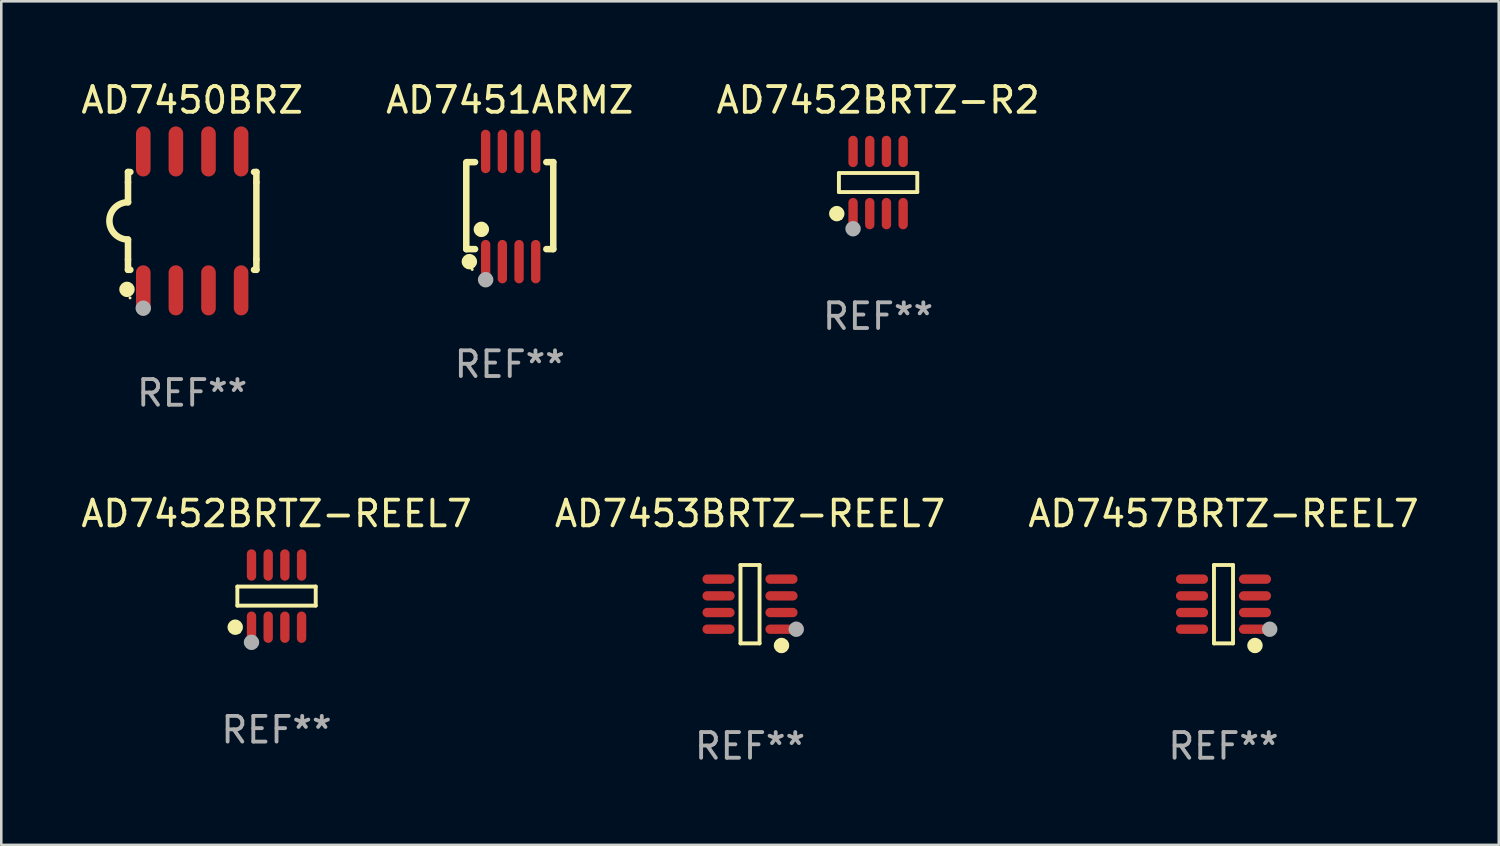
<source format=kicad_pcb>
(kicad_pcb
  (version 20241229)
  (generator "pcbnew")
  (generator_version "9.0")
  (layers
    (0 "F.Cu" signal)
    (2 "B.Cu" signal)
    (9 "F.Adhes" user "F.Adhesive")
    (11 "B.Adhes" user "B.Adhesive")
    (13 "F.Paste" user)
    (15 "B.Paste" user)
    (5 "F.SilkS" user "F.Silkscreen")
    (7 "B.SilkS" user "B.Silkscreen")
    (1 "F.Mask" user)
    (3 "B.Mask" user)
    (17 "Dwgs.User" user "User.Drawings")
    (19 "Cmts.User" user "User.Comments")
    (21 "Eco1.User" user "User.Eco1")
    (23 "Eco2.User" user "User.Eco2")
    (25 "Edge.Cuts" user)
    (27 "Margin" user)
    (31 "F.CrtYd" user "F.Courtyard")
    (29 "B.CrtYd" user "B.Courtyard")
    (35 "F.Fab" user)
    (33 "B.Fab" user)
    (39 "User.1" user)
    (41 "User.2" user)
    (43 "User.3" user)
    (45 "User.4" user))
  (footprint "AD7457BRTZ-REEL7"
    (layer "F.Cu")
    (at 44.601 20.481)
    (property "Reference" "AD7457BRTZ-REEL7" (at 0 -3.526 0) (layer "F.SilkS") (effects (font (size 1 1) (thickness 0.15))))
    (attr through_hole)
    (fp_line (start -0.371 -1.526) (end 0.371 -1.526) (stroke (width 0.152) (type solid)) (layer "F.SilkS"))
    (fp_line (start -0.371 1.526) (end -0.371 -1.526) (stroke (width 0.152) (type solid)) (layer "F.SilkS"))
    (fp_line (start 0.371 -1.526) (end 0.371 1.526) (stroke (width 0.152) (type solid)) (layer "F.SilkS"))
    (fp_line (start 0.371 1.526) (end -0.371 1.526) (stroke (width 0.152) (type solid)) (layer "F.SilkS"))
    (fp_circle (center 1.226 1.609) (end 1.376 1.609) (stroke (width 0.3) (type solid)) (fill no) (layer "F.SilkS"))
    (fp_circle (center 1.4 1.45) (end 1.43 1.45) (stroke (width 0.06) (type solid)) (fill no) (layer "F.SilkS"))
    (fp_circle (center 1.8 0.975) (end 1.95 0.975) (stroke (width 0.3) (type solid)) (fill no) (layer "F.Fab"))
    (fp_text user "REF**" (at 0 5.526 0) (layer "F.Fab") (effects (font (size 1 1) (thickness 0.15))))
    (pad "1" smd oval (at 1.226 0.975) (size 1.252 0.364) (layers "F.Cu" "F.Mask" "F.Paste"))
    (pad "2" smd oval (at 1.226 0.325) (size 1.252 0.364) (layers "F.Cu" "F.Mask" "F.Paste"))
    (pad "3" smd oval (at 1.226 -0.325) (size 1.252 0.364) (layers "F.Cu" "F.Mask" "F.Paste"))
    (pad "4" smd oval (at 1.226 -0.975) (size 1.252 0.364) (layers "F.Cu" "F.Mask" "F.Paste"))
    (pad "5" smd oval (at -1.226 -0.975) (size 1.252 0.364) (layers "F.Cu" "F.Mask" "F.Paste"))
    (pad "6" smd oval (at -1.226 -0.325) (size 1.252 0.364) (layers "F.Cu" "F.Mask" "F.Paste"))
    (pad "7" smd oval (at -1.226 0.325) (size 1.252 0.364) (layers "F.Cu" "F.Mask" "F.Paste"))
    (pad "8" smd oval (at -1.226 0.975) (size 1.252 0.364) (layers "F.Cu" "F.Mask" "F.Paste")))
  (footprint "AD7452BRTZ-REEL7"
    (layer "F.Cu")
    (at 7.72 20.166)
    (property "Reference" "AD7452BRTZ-REEL7" (at 0 -3.211 0) (layer "F.SilkS") (effects (font (size 1 1) (thickness 0.15))))
    (attr through_hole)
    (fp_line (start -1.526 -0.371) (end 1.526 -0.371) (stroke (width 0.152) (type solid)) (layer "F.SilkS"))
    (fp_line (start -1.526 0.371) (end -1.526 -0.371) (stroke (width 0.152) (type solid)) (layer "F.SilkS"))
    (fp_line (start 1.526 -0.371) (end 1.526 0.371) (stroke (width 0.152) (type solid)) (layer "F.SilkS"))
    (fp_line (start 1.526 0.371) (end -1.526 0.371) (stroke (width 0.152) (type solid)) (layer "F.SilkS"))
    (fp_circle (center -1.609 1.211) (end -1.459 1.211) (stroke (width 0.3) (type solid)) (fill no) (layer "F.SilkS"))
    (fp_circle (center -1.45 1.4) (end -1.42 1.4) (stroke (width 0.06) (type solid)) (fill no) (layer "F.SilkS"))
    (fp_circle (center -0.975 1.8) (end -0.825 1.8) (stroke (width 0.3) (type solid)) (fill no) (layer "F.Fab"))
    (fp_text user "REF**" (at 0 5.211 0) (layer "F.Fab") (effects (font (size 1 1) (thickness 0.15))))
    (pad "1" smd oval (at -0.975 1.211) (size 0.364 1.222) (layers "F.Cu" "F.Mask" "F.Paste"))
    (pad "2" smd oval (at -0.325 1.211) (size 0.364 1.222) (layers "F.Cu" "F.Mask" "F.Paste"))
    (pad "3" smd oval (at 0.325 1.211) (size 0.364 1.222) (layers "F.Cu" "F.Mask" "F.Paste"))
    (pad "4" smd oval (at 0.975 1.211) (size 0.364 1.222) (layers "F.Cu" "F.Mask" "F.Paste"))
    (pad "5" smd oval (at 0.975 -1.211) (size 0.364 1.222) (layers "F.Cu" "F.Mask" "F.Paste"))
    (pad "6" smd oval (at 0.325 -1.211) (size 0.364 1.222) (layers "F.Cu" "F.Mask" "F.Paste"))
    (pad "7" smd oval (at -0.325 -1.211) (size 0.364 1.222) (layers "F.Cu" "F.Mask" "F.Paste"))
    (pad "8" smd oval (at -0.975 -1.211) (size 0.364 1.222) (layers "F.Cu" "F.Mask" "F.Paste")))
  (footprint "AD7453BRTZ-REEL7"
    (layer "F.Cu")
    (at 26.161 20.481)
    (property "Reference" "AD7453BRTZ-REEL7" (at 0 -3.526 0) (layer "F.SilkS") (effects (font (size 1 1) (thickness 0.15))))
    (attr through_hole)
    (fp_line (start -0.371 -1.526) (end 0.371 -1.526) (stroke (width 0.152) (type solid)) (layer "F.SilkS"))
    (fp_line (start -0.371 1.526) (end -0.371 -1.526) (stroke (width 0.152) (type solid)) (layer "F.SilkS"))
    (fp_line (start 0.371 -1.526) (end 0.371 1.526) (stroke (width 0.152) (type solid)) (layer "F.SilkS"))
    (fp_line (start 0.371 1.526) (end -0.371 1.526) (stroke (width 0.152) (type solid)) (layer "F.SilkS"))
    (fp_circle (center 1.226 1.609) (end 1.376 1.609) (stroke (width 0.3) (type solid)) (fill no) (layer "F.SilkS"))
    (fp_circle (center 1.4 1.45) (end 1.43 1.45) (stroke (width 0.06) (type solid)) (fill no) (layer "F.SilkS"))
    (fp_circle (center 1.8 0.975) (end 1.95 0.975) (stroke (width 0.3) (type solid)) (fill no) (layer "F.Fab"))
    (fp_text user "REF**" (at 0 5.526 0) (layer "F.Fab") (effects (font (size 1 1) (thickness 0.15))))
    (pad "1" smd oval (at 1.226 0.975) (size 1.252 0.364) (layers "F.Cu" "F.Mask" "F.Paste"))
    (pad "2" smd oval (at 1.226 0.325) (size 1.252 0.364) (layers "F.Cu" "F.Mask" "F.Paste"))
    (pad "3" smd oval (at 1.226 -0.325) (size 1.252 0.364) (layers "F.Cu" "F.Mask" "F.Paste"))
    (pad "4" smd oval (at 1.226 -0.975) (size 1.252 0.364) (layers "F.Cu" "F.Mask" "F.Paste"))
    (pad "5" smd oval (at -1.226 -0.975) (size 1.252 0.364) (layers "F.Cu" "F.Mask" "F.Paste"))
    (pad "6" smd oval (at -1.226 -0.325) (size 1.252 0.364) (layers "F.Cu" "F.Mask" "F.Paste"))
    (pad "7" smd oval (at -1.226 0.325) (size 1.252 0.364) (layers "F.Cu" "F.Mask" "F.Paste"))
    (pad "8" smd oval (at -1.226 0.975) (size 1.252 0.364) (layers "F.Cu" "F.Mask" "F.Paste")))
  (footprint "AD7450BRZ"
    (layer "F.Cu")
    (at 4.435 5.553)
    (property "Reference" "AD7450BRZ" (at 0 -4.705 0) (layer "F.SilkS") (effects (font (size 1 1) (thickness 0.15))))
    (attr through_hole)
    (fp_line (start -2.5 -1.905) (end -2.409 -1.905) (stroke (width 0.254) (type solid)) (layer "F.SilkS"))
    (fp_line (start -2.5 -1.5) (end -2.5 -1.905) (stroke (width 0.254) (type solid)) (layer "F.SilkS"))
    (fp_line (start -2.5 -1.5) (end -2.5 -0.726) (stroke (width 0.254) (type solid)) (layer "F.SilkS"))
    (fp_line (start -2.5 1.5) (end -2.5 0.727) (stroke (width 0.254) (type solid)) (layer "F.SilkS"))
    (fp_line (start -2.5 1.5) (end -2.5 1.905) (stroke (width 0.254) (type solid)) (layer "F.SilkS"))
    (fp_line (start -2.5 1.905) (end -2.409 1.905) (stroke (width 0.254) (type solid)) (layer "F.SilkS"))
    (fp_line (start 2.5 -1.905) (end 2.409 -1.905) (stroke (width 0.254) (type solid)) (layer "F.SilkS"))
    (fp_line (start 2.5 -1.5) (end 2.5 -1.905) (stroke (width 0.254) (type solid)) (layer "F.SilkS"))
    (fp_line (start 2.5 -1.5) (end 2.5 1.5) (stroke (width 0.254) (type solid)) (layer "F.SilkS"))
    (fp_line (start 2.5 1.5) (end 2.5 1.905) (stroke (width 0.254) (type solid)) (layer "F.SilkS"))
    (fp_line (start 2.5 1.905) (end 2.409 1.905) (stroke (width 0.254) (type solid)) (layer "F.SilkS"))
    (fp_arc (start -2.5 0.726568) (mid -3.220316 -0.0023) (end -2.495097 -0.726289) (stroke (width 0.254001) (type solid)) (layer "F.SilkS"))
    (fp_circle (center -2.54 2.667) (end -2.39 2.667) (stroke (width 0.3) (type solid)) (fill no) (layer "F.SilkS"))
    (fp_circle (center -2.42 3) (end -2.39 3) (stroke (width 0.06) (type solid)) (fill no) (layer "F.SilkS"))
    (fp_circle (center -1.905 3.4) (end -1.755 3.4) (stroke (width 0.3) (type solid)) (fill no) (layer "F.Fab"))
    (fp_text user "REF**" (at 0 6.705 0) (layer "F.Fab") (effects (font (size 1 1) (thickness 0.15))))
    (pad "1" smd oval (at -1.905 2.705) (size 0.568 1.95) (layers "F.Cu" "F.Mask" "F.Paste"))
    (pad "2" smd oval (at -0.635 2.705) (size 0.568 1.95) (layers "F.Cu" "F.Mask" "F.Paste"))
    (pad "3" smd oval (at 0.635 2.705) (size 0.568 1.95) (layers "F.Cu" "F.Mask" "F.Paste"))
    (pad "4" smd oval (at 1.905 2.705) (size 0.568 1.95) (layers "F.Cu" "F.Mask" "F.Paste"))
    (pad "5" smd oval (at 1.905 -2.705) (size 0.568 1.95) (layers "F.Cu" "F.Mask" "F.Paste"))
    (pad "6" smd oval (at 0.635 -2.705) (size 0.568 1.95) (layers "F.Cu" "F.Mask" "F.Paste"))
    (pad "7" smd oval (at -0.635 -2.705) (size 0.568 1.95) (layers "F.Cu" "F.Mask" "F.Paste"))
    (pad "8" smd oval (at -1.905 -2.705) (size 0.568 1.95) (layers "F.Cu" "F.Mask" "F.Paste")))
  (footprint "AD7452BRTZ-R2"
    (layer "F.Cu")
    (at 31.149 4.059)
    (property "Reference" "AD7452BRTZ-R2" (at 0 -3.211 0) (layer "F.SilkS") (effects (font (size 1 1) (thickness 0.15))))
    (attr through_hole)
    (fp_line (start -1.526 -0.371) (end 1.526 -0.371) (stroke (width 0.152) (type solid)) (layer "F.SilkS"))
    (fp_line (start -1.526 0.371) (end -1.526 -0.371) (stroke (width 0.152) (type solid)) (layer "F.SilkS"))
    (fp_line (start 1.526 -0.371) (end 1.526 0.371) (stroke (width 0.152) (type solid)) (layer "F.SilkS"))
    (fp_line (start 1.526 0.371) (end -1.526 0.371) (stroke (width 0.152) (type solid)) (layer "F.SilkS"))
    (fp_circle (center -1.609 1.211) (end -1.459 1.211) (stroke (width 0.3) (type solid)) (fill no) (layer "F.SilkS"))
    (fp_circle (center -1.45 1.4) (end -1.42 1.4) (stroke (width 0.06) (type solid)) (fill no) (layer "F.SilkS"))
    (fp_circle (center -0.975 1.8) (end -0.825 1.8) (stroke (width 0.3) (type solid)) (fill no) (layer "F.Fab"))
    (fp_text user "REF**" (at 0 5.211 0) (layer "F.Fab") (effects (font (size 1 1) (thickness 0.15))))
    (pad "1" smd oval (at -0.975 1.211) (size 0.364 1.222) (layers "F.Cu" "F.Mask" "F.Paste"))
    (pad "2" smd oval (at -0.325 1.211) (size 0.364 1.222) (layers "F.Cu" "F.Mask" "F.Paste"))
    (pad "3" smd oval (at 0.325 1.211) (size 0.364 1.222) (layers "F.Cu" "F.Mask" "F.Paste"))
    (pad "4" smd oval (at 0.975 1.211) (size 0.364 1.222) (layers "F.Cu" "F.Mask" "F.Paste"))
    (pad "5" smd oval (at 0.975 -1.211) (size 0.364 1.222) (layers "F.Cu" "F.Mask" "F.Paste"))
    (pad "6" smd oval (at 0.325 -1.211) (size 0.364 1.222) (layers "F.Cu" "F.Mask" "F.Paste"))
    (pad "7" smd oval (at -0.325 -1.211) (size 0.364 1.222) (layers "F.Cu" "F.Mask" "F.Paste"))
    (pad "8" smd oval (at -0.975 -1.211) (size 0.364 1.222) (layers "F.Cu" "F.Mask" "F.Paste")))
  (footprint "AD7451ARMZ"
    (layer "F.Cu")
    (at 16.804 4.994)
    (property "Reference" "AD7451ARMZ" (at 0 -4.146 0) (layer "F.SilkS") (effects (font (size 1 1) (thickness 0.15))))
    (attr through_hole)
    (fp_line (start -1.694 -1.724) (end -1.694 1.652) (stroke (width 0.254) (type solid)) (layer "F.SilkS"))
    (fp_line (start -1.694 1.652) (end -1.688 1.658) (stroke (width 0.254) (type solid)) (layer "F.SilkS"))
    (fp_line (start -1.688 1.658) (end -1.353 1.658) (stroke (width 0.254) (type solid)) (layer "F.SilkS"))
    (fp_line (start -1.661 -1.73) (end -1.681 -1.71) (stroke (width 0.254) (type solid)) (layer "F.SilkS"))
    (fp_line (start -1.353 -1.73) (end -1.661 -1.73) (stroke (width 0.254) (type solid)) (layer "F.SilkS"))
    (fp_line (start 1.424 1.658) (end 1.694 1.658) (stroke (width 0.254) (type solid)) (layer "F.SilkS"))
    (fp_line (start 1.694 -1.73) (end 1.424 -1.73) (stroke (width 0.254) (type solid)) (layer "F.SilkS"))
    (fp_line (start 1.694 1.658) (end 1.694 -1.73) (stroke (width 0.254) (type solid)) (layer "F.SilkS"))
    (fp_circle (center -1.574 2.146) (end -1.424 2.146) (stroke (width 0.3) (type solid)) (fill no) (layer "F.SilkS"))
    (fp_circle (center -1.464 2.45) (end -1.434 2.45) (stroke (width 0.06) (type solid)) (fill no) (layer "F.SilkS"))
    (fp_circle (center -1.107 0.889) (end -0.957 0.889) (stroke (width 0.3) (type solid)) (fill no) (layer "F.SilkS"))
    (fp_circle (center -0.94 2.85) (end -0.789 2.85) (stroke (width 0.3) (type solid)) (fill no) (layer "F.Fab"))
    (fp_text user "REF**" (at 0 6.146 0) (layer "F.Fab") (effects (font (size 1 1) (thickness 0.15))))
    (pad "1" smd oval (at -0.94 2.146) (size 0.364 1.692) (layers "F.Cu" "F.Mask" "F.Paste"))
    (pad "2" smd oval (at -0.289 2.146) (size 0.364 1.692) (layers "F.Cu" "F.Mask" "F.Paste"))
    (pad "3" smd oval (at 0.361 2.146) (size 0.364 1.692) (layers "F.Cu" "F.Mask" "F.Paste"))
    (pad "4" smd oval (at 1.011 2.146) (size 0.364 1.692) (layers "F.Cu" "F.Mask" "F.Paste"))
    (pad "5" smd oval (at 1.011 -2.146) (size 0.364 1.692) (layers "F.Cu" "F.Mask" "F.Paste"))
    (pad "6" smd oval (at 0.361 -2.146) (size 0.364 1.692) (layers "F.Cu" "F.Mask" "F.Paste"))
    (pad "7" smd oval (at -0.289 -2.146) (size 0.364 1.692) (layers "F.Cu" "F.Mask" "F.Paste"))
    (pad "8" smd oval (at -0.94 -2.146) (size 0.364 1.692) (layers "F.Cu" "F.Mask" "F.Paste")))
  (gr_rect
    (start -3 -3)
    (end 55.321 29.856)
    (stroke (width 0.1) (type default))
    (fill no)
    (layer "Edge.Cuts")))
</source>
